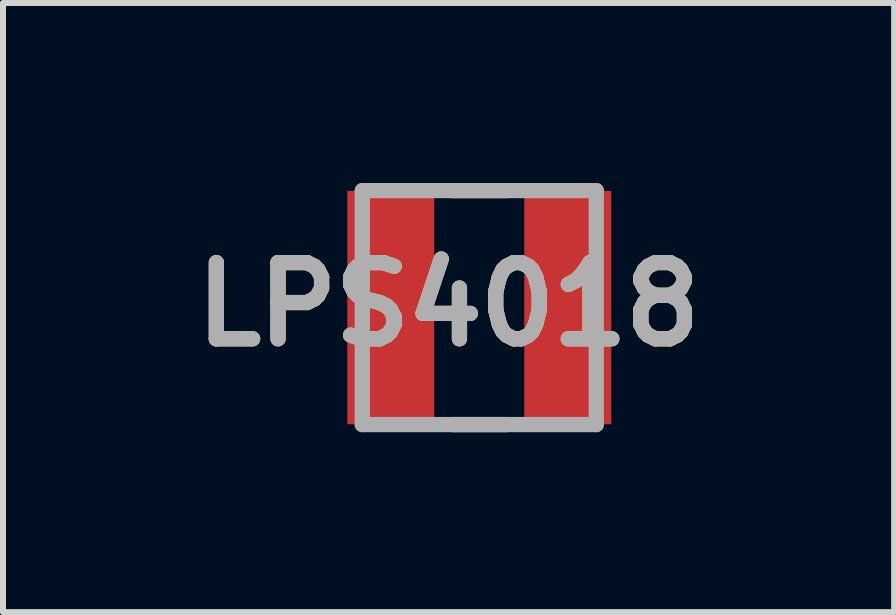
<source format=kicad_pcb>
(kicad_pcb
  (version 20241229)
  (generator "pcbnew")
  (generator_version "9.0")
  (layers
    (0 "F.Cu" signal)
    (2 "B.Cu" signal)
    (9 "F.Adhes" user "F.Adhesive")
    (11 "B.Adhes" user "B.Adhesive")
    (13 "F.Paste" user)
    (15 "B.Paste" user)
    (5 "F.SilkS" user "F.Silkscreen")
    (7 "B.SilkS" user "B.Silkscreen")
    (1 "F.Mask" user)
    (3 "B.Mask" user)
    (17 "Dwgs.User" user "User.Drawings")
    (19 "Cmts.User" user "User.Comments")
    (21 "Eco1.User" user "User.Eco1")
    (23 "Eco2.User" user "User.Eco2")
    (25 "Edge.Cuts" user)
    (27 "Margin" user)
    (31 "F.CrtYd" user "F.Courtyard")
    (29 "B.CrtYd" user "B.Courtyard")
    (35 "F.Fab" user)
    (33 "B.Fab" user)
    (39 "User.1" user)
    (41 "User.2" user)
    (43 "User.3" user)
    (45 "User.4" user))
  (footprint "LPS4018"
    (layer "F.Cu")
    (at 4.939 2.077)
    (property "Reference" "LPS4018" (at -0.512 -0.054 0) (layer "F.SilkS") (effects (font (size 1.27 1.27) (thickness 0.254))))
    (attr smd)
    (fp_line (start -0.45 -1.95) (end 0.45 -1.95) (stroke (width 0.254) (type solid)) (layer "F.SilkS"))
    (fp_line (start -0.45 1.95) (end 0.45 1.95) (stroke (width 0.254) (type solid)) (layer "F.SilkS"))
    (fp_line (start -1.95 -1.95) (end 1.95 -1.95) (stroke (width 0.254) (type solid)) (layer "F.Fab"))
    (fp_line (start -1.95 1.95) (end -1.95 -1.95) (stroke (width 0.254) (type solid)) (layer "F.Fab"))
    (fp_line (start 1.95 -1.95) (end 1.95 1.95) (stroke (width 0.254) (type solid)) (layer "F.Fab"))
    (fp_line (start 1.95 1.95) (end -1.95 1.95) (stroke (width 0.254) (type solid)) (layer "F.Fab"))
    (fp_text user "${REFERENCE}" (at -0.512 -0.054 0) (layer "F.Fab") (effects (font (size 1.27 1.27) (thickness 0.254))))
    (pad "1" smd rect (at -1.475 0) (size 1.45 3.89) (layers "F.Cu" "F.Mask" "F.Paste"))
    (pad "2" smd rect (at 1.475 0) (size 1.45 3.89) (layers "F.Cu" "F.Mask" "F.Paste")))
  (gr_rect
    (start -3 -3)
    (end 11.854 7.154)
    (stroke (width 0.1) (type default))
    (fill no)
    (layer "Edge.Cuts")))
</source>
